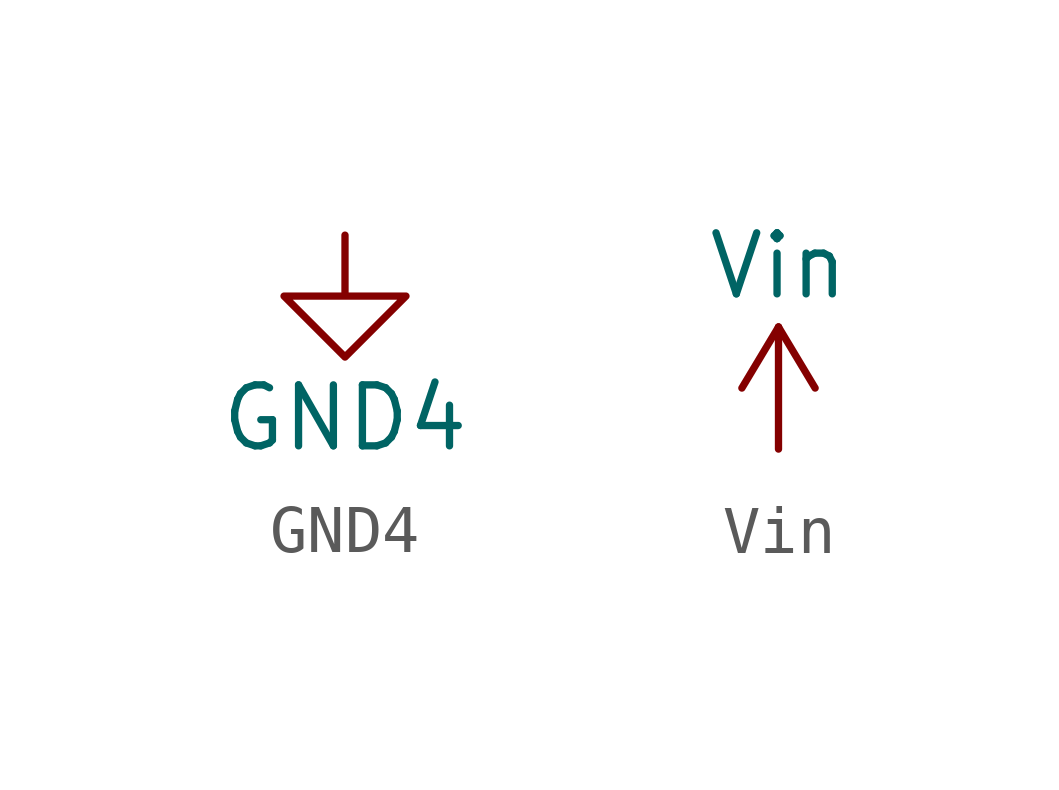
<source format=kicad_sym>
(kicad_symbol_lib
  (version 20211014)
  (generator kicad_symbol_editor)
  (symbol "GND4"
    (power)
    (pin_names
      (offset 0))
    (property "Reference" "#PWR"
      (at 0 -6.35 0)
      (effects (font (size 1.27 1.27)) hide))
    (property "Value" "GND4"
      (at 0 -3.81 0)
      (effects (font (size 1.27 1.27))))
    (symbol "GND4_0_1"
      (polyline (pts (xy 0 0) (xy 0 -1.27) (xy 1.27 -1.27) (xy 0 -2.54) (xy -1.27 -1.27) (xy 0 -1.27)) (stroke (width 0) (type default) (color 0 0 0 0)) (fill (type none))))
    (symbol "GND4_1_1"
      (pin power_in line (at 0 0 270) (length 0) hide (name "GND4" (effects (font (size 1.27 1.27)))) (number "1" (effects (font (size 1.27 1.27)))))))
  (symbol "Vin"
    (power)
    (pin_names
      (offset 0))
    (property "Reference" "#PWR"
      (at 0 -3.81 0)
      (effects (font (size 1.27 1.27)) hide))
    (property "Value" "Vin"
      (at 0 3.81 0)
      (effects (font (size 1.27 1.27))))
    (symbol "Vin_0_1"
      (polyline (pts (xy -0.762 1.27) (xy 0 2.54)) (stroke (width 0) (type default) (color 0 0 0 0)) (fill (type none)))
      (polyline (pts (xy 0 0) (xy 0 2.54)) (stroke (width 0) (type default) (color 0 0 0 0)) (fill (type none)))
      (polyline (pts (xy 0 2.54) (xy 0.762 1.27)) (stroke (width 0) (type default) (color 0 0 0 0)) (fill (type none))))
    (symbol "Vin_1_1"
      (pin power_in line (at 0 0 90) (length 0) hide (name "Vin" (effects (font (size 1.27 1.27)))) (number "1" (effects (font (size 1.27 1.27))))))))
</source>
